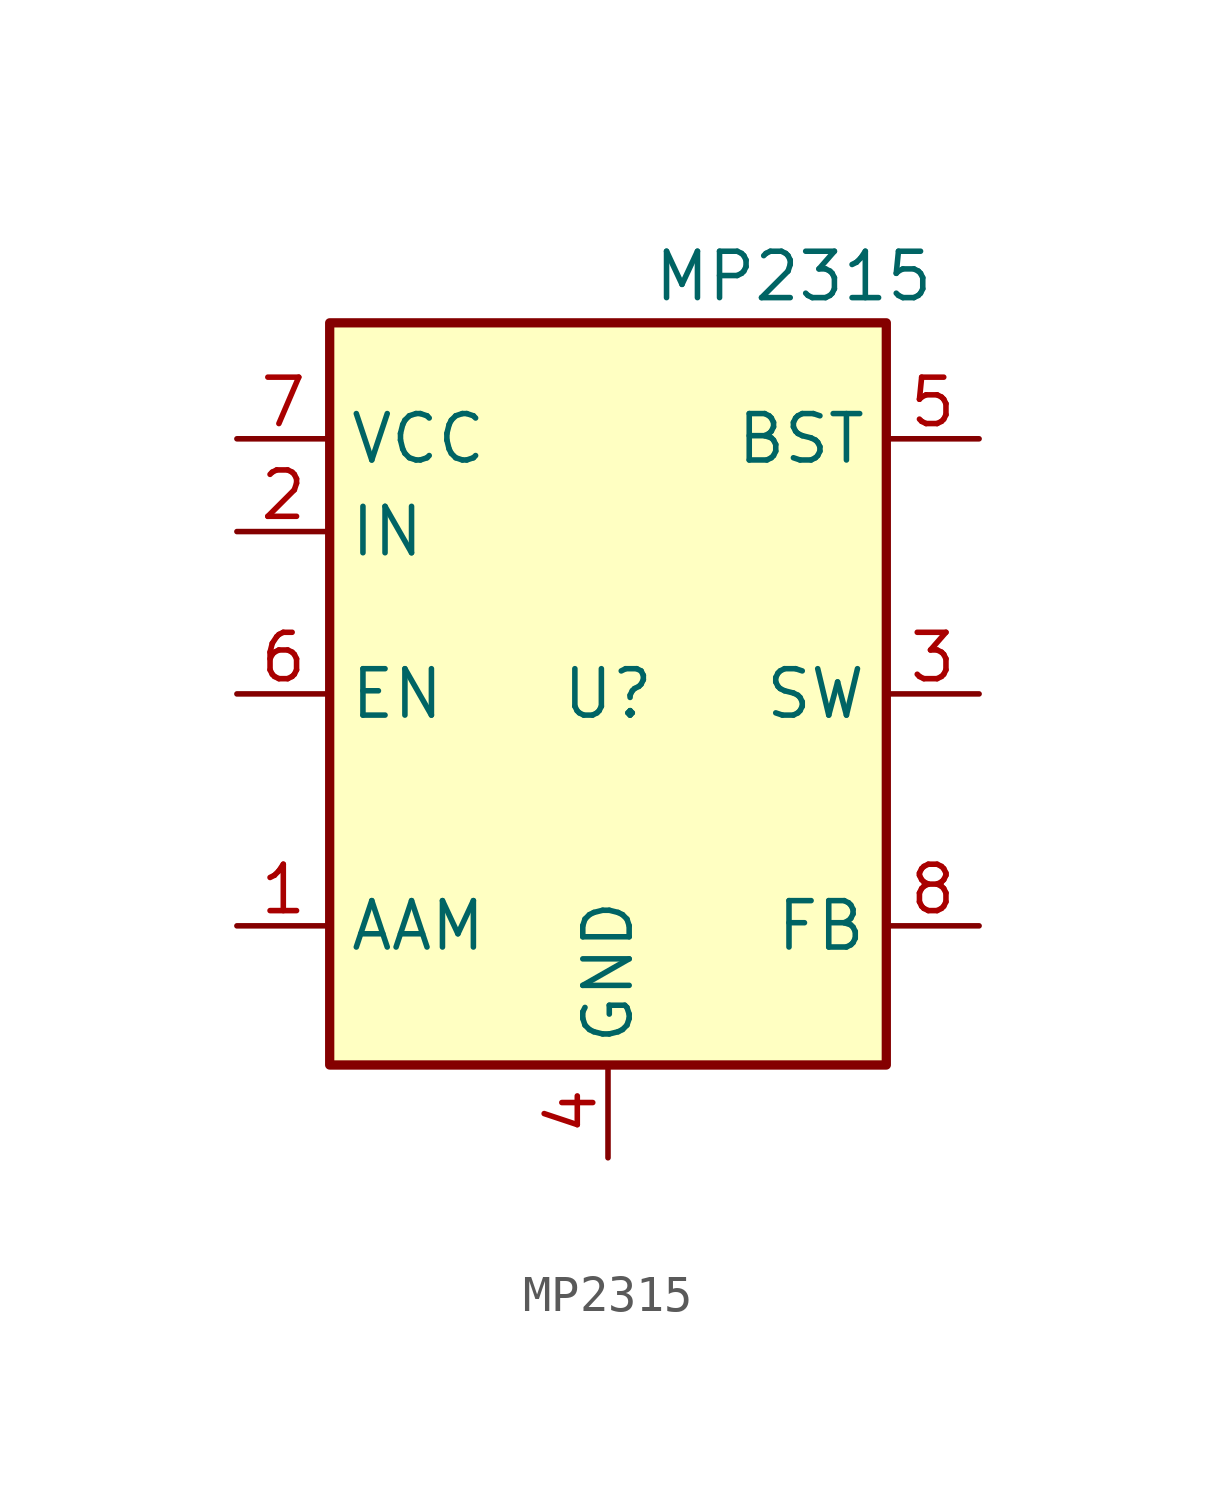
<source format=kicad_sym>
(kicad_symbol_lib
  (version 20211014)
  (generator kicad_symbol_editor)
  (symbol "MP2315"
    (property "Reference" "U"
      (at 0 0 0)
      (effects (font (size 1.27 1.27))))
    (property "Value" "MP2315"
      (at 5.08 11.43 0)
      (effects (font (size 1.27 1.27))))
    (symbol "MP2315_0_1"
      (rectangle (start -7.62 10.16) (end 7.62 -10.16) (stroke (width 0.254) (type default) (color 0 0 0 0)) (fill (type background))))
    (symbol "MP2315_1_1"
      (pin passive line (at -10.16 -6.35 0) (length 2.54) (name "AAM" (effects (font (size 1.27 1.27)))) (number "1" (effects (font (size 1.27 1.27)))))
      (pin power_in line (at -10.16 4.445 0) (length 2.54) (name "IN" (effects (font (size 1.27 1.27)))) (number "2" (effects (font (size 1.27 1.27)))))
      (pin output line (at 10.16 0 180) (length 2.54) (name "SW" (effects (font (size 1.27 1.27)))) (number "3" (effects (font (size 1.27 1.27)))))
      (pin power_in line (at 0 -12.7 90) (length 2.54) (name "GND" (effects (font (size 1.27 1.27)))) (number "4" (effects (font (size 1.27 1.27)))))
      (pin input line (at 10.16 6.985 180) (length 2.54) (name "BST" (effects (font (size 1.27 1.27)))) (number "5" (effects (font (size 1.27 1.27)))))
      (pin passive line (at -10.16 0 0) (length 2.54) (name "EN" (effects (font (size 1.27 1.27)))) (number "6" (effects (font (size 1.27 1.27)))))
      (pin power_in line (at -10.16 6.985 0) (length 2.54) (name "VCC" (effects (font (size 1.27 1.27)))) (number "7" (effects (font (size 1.27 1.27)))))
      (pin input line (at 10.16 -6.35 180) (length 2.54) (name "FB" (effects (font (size 1.27 1.27)))) (number "8" (effects (font (size 1.27 1.27))))))))
</source>
